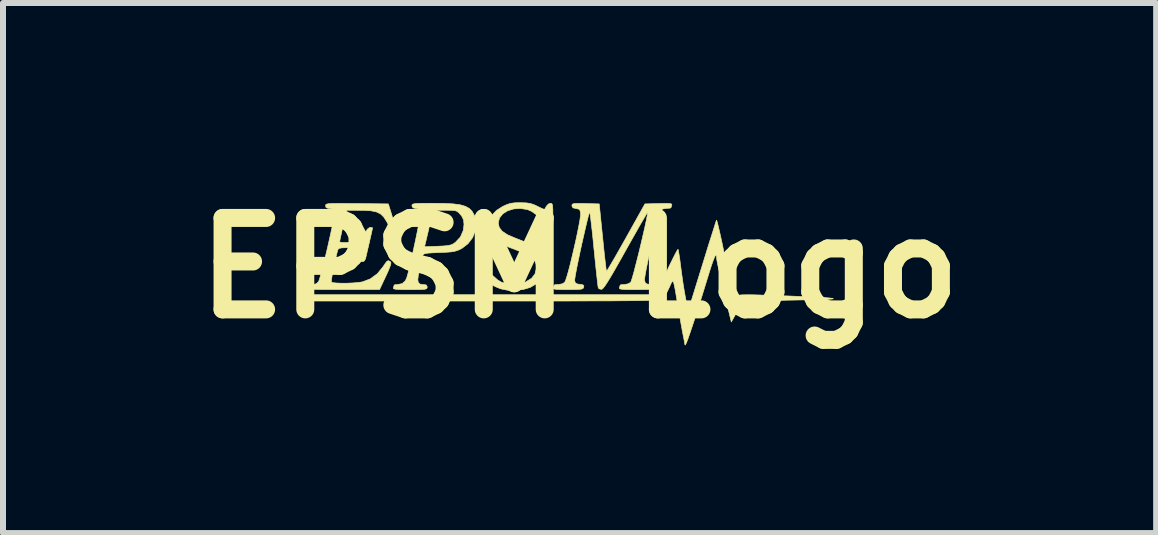
<source format=kicad_pcb>
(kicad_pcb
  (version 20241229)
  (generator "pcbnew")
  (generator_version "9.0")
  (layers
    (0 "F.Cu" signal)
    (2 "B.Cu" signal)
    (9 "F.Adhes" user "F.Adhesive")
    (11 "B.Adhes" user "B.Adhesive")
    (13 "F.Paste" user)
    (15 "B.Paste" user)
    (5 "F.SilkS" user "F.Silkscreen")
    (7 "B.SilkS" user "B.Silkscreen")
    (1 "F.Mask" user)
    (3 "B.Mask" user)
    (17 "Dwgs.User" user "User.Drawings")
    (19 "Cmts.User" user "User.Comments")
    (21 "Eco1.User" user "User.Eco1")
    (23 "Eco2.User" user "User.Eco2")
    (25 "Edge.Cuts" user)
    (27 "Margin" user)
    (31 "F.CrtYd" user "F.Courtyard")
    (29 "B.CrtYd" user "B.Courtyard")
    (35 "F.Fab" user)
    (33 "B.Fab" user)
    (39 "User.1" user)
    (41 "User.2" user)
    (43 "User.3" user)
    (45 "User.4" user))
  (footprint "EPSM Logo"
    (layer "F.Cu")
    (at 6.611 1.418)
    (property "Reference" "EPSM Logo" (at 0 0 0) (layer "F.SilkS") (effects (font (size 1.524 1.524) (thickness 0.3))))
    (attr through_hole)
    (fp_poly (pts (xy -2.247 -1.077) (xy -2.102 -1.069) (xy -1.989 -1.054) (xy -1.903 -1.029) (xy -1.839 -0.994) (xy -1.792 -0.947) (xy -1.757 -0.886) (xy -1.745 -0.858) (xy -1.722 -0.741) (xy -1.736 -0.621) (xy -1.783 -0.506) (xy -1.86 -0.405) (xy -1.962 -0.327) (xy -1.977 -0.319) (xy -2.027 -0.296) (xy -2.078 -0.28) (xy -2.14 -0.269) (xy -2.223 -0.263) (xy -2.338 -0.258) (xy -2.341 -0.258) (xy -2.453 -0.253) (xy -2.529 -0.248) (xy -2.577 -0.24) (xy -2.602 -0.229) (xy -2.612 -0.214) (xy -2.621 -0.179) (xy -2.636 -0.114) (xy -2.655 -0.03) (xy -2.666 0.018) (xy -2.688 0.125) (xy -2.696 0.198) (xy -2.687 0.244) (xy -2.66 0.267) (xy -2.615 0.275) (xy -2.601 0.275) (xy -2.556 0.282) (xy -2.54 0.309) (xy -2.54 0.318) (xy -2.542 0.334) (xy -2.553 0.346) (xy -2.58 0.354) (xy -2.629 0.358) (xy -2.706 0.359) (xy -2.819 0.36) (xy -2.828 0.36) (xy -2.944 0.359) (xy -3.023 0.357) (xy -3.073 0.353) (xy -3.098 0.346) (xy -3.105 0.335) (xy -3.103 0.326) (xy -3.092 0.293) (xy -3.09 0.284) (xy -3.072 0.277) (xy -3.036 0.275) (xy -2.956 0.26) (xy -2.903 0.211) (xy -2.881 0.164) (xy -2.863 0.101) (xy -2.84 0.01) (xy -2.814 -0.103) (xy -2.785 -0.23) (xy -2.758 -0.355) (xy -2.584 -0.355) (xy -2.364 -0.363) (xy -2.262 -0.368) (xy -2.192 -0.375) (xy -2.143 -0.386) (xy -2.105 -0.403) (xy -2.07 -0.428) (xy -1.986 -0.517) (xy -1.938 -0.628) (xy -1.926 -0.728) (xy -1.934 -0.803) (xy -1.962 -0.862) (xy -1.988 -0.894) (xy -2.018 -0.926) (xy -2.046 -0.947) (xy -2.082 -0.958) (xy -2.137 -0.962) (xy -2.221 -0.963) (xy -2.246 -0.963) (xy -2.443 -0.963) (xy -2.498 -0.72) (xy -2.521 -0.617) (xy -2.543 -0.525) (xy -2.56 -0.453) (xy -2.569 -0.416) (xy -2.584 -0.355) (xy -2.758 -0.355) (xy -2.756 -0.364) (xy -2.727 -0.499) (xy -2.701 -0.626) (xy -2.679 -0.739) (xy -2.662 -0.831) (xy -2.652 -0.895) (xy -2.65 -0.921) (xy -2.661 -0.966) (xy -2.69 -0.985) (xy -2.725 -0.991) (xy -2.775 -1.003) (xy -2.793 -1.029) (xy -2.794 -1.039) (xy -2.792 -1.053) (xy -2.782 -1.064) (xy -2.757 -1.071) (xy -2.713 -1.076) (xy -2.643 -1.078) (xy -2.541 -1.079) (xy -2.429 -1.079) (xy -2.247 -1.077)) (stroke (width 0.01) (type solid)) (fill yes) (layer "F.SilkS"))
    (fp_poly (pts (xy -0.888 -1.086) (xy -0.816 -1.075) (xy -0.752 -1.053) (xy -0.702 -1.029) (xy -0.641 -0.999) (xy -0.598 -0.981) (xy -0.583 -0.978) (xy -0.57 -0.999) (xy -0.552 -1.032) (xy -0.518 -1.068) (xy -0.486 -1.079) (xy -0.468 -1.077) (xy -0.455 -1.063) (xy -0.449 -1.031) (xy -0.445 -0.972) (xy -0.445 -0.881) (xy -0.445 -0.857) (xy -0.445 -0.758) (xy -0.447 -0.694) (xy -0.453 -0.657) (xy -0.464 -0.64) (xy -0.481 -0.635) (xy -0.493 -0.635) (xy -0.532 -0.647) (xy -0.564 -0.688) (xy -0.579 -0.719) (xy -0.632 -0.802) (xy -0.71 -0.881) (xy -0.798 -0.944) (xy -0.866 -0.974) (xy -0.985 -0.993) (xy -1.099 -0.985) (xy -1.199 -0.954) (xy -1.28 -0.903) (xy -1.334 -0.835) (xy -1.355 -0.753) (xy -1.355 -0.751) (xy -1.339 -0.677) (xy -1.289 -0.613) (xy -1.202 -0.555) (xy -1.098 -0.51) (xy -0.927 -0.442) (xy -0.792 -0.381) (xy -0.691 -0.323) (xy -0.618 -0.265) (xy -0.571 -0.204) (xy -0.543 -0.138) (xy -0.538 -0.116) (xy -0.54 -0.015) (xy -0.576 0.089) (xy -0.642 0.187) (xy -0.732 0.27) (xy -0.822 0.323) (xy -0.935 0.357) (xy -1.067 0.373) (xy -1.2 0.37) (xy -1.315 0.347) (xy -1.323 0.344) (xy -1.4 0.312) (xy -1.471 0.275) (xy -1.496 0.259) (xy -1.563 0.211) (xy -1.609 0.286) (xy -1.645 0.332) (xy -1.679 0.358) (xy -1.688 0.36) (xy -1.705 0.354) (xy -1.713 0.33) (xy -1.712 0.28) (xy -1.707 0.217) (xy -1.7 0.119) (xy -1.695 0.015) (xy -1.693 -0.048) (xy -1.692 -0.116) (xy -1.685 -0.153) (xy -1.669 -0.167) (xy -1.645 -0.169) (xy -1.612 -0.162) (xy -1.59 -0.131) (xy -1.571 -0.074) (xy -1.527 0.024) (xy -1.455 0.119) (xy -1.365 0.198) (xy -1.302 0.236) (xy -1.186 0.268) (xy -1.058 0.272) (xy -0.936 0.248) (xy -0.896 0.231) (xy -0.8 0.171) (xy -0.743 0.099) (xy -0.72 0.011) (xy -0.72 -0.009) (xy -0.725 -0.066) (xy -0.743 -0.114) (xy -0.779 -0.158) (xy -0.837 -0.2) (xy -0.922 -0.245) (xy -1.038 -0.294) (xy -1.185 -0.35) (xy -1.314 -0.408) (xy -1.409 -0.474) (xy -1.422 -0.486) (xy -1.491 -0.58) (xy -1.521 -0.679) (xy -1.513 -0.778) (xy -1.467 -0.874) (xy -1.385 -0.96) (xy -1.281 -1.027) (xy -1.207 -1.06) (xy -1.144 -1.079) (xy -1.073 -1.088) (xy -0.984 -1.089) (xy -0.888 -1.086)) (stroke (width 0.01) (type solid)) (fill yes) (layer "F.SilkS"))
    (fp_poly (pts (xy -3.93 -1.077) (xy -3.785 -1.075) (xy -3.71 -1.075) (xy -3.187 -1.069) (xy -3.131 -0.889) (xy -3.104 -0.794) (xy -3.093 -0.732) (xy -3.098 -0.696) (xy -3.121 -0.68) (xy -3.143 -0.678) (xy -3.164 -0.695) (xy -3.195 -0.738) (xy -3.215 -0.773) (xy -3.262 -0.848) (xy -3.316 -0.901) (xy -3.385 -0.935) (xy -3.477 -0.954) (xy -3.599 -0.962) (xy -3.65 -0.962) (xy -3.882 -0.963) (xy -3.94 -0.709) (xy -3.963 -0.61) (xy -3.981 -0.527) (xy -3.994 -0.467) (xy -3.999 -0.44) (xy -4 -0.439) (xy -3.981 -0.429) (xy -3.934 -0.425) (xy -3.868 -0.426) (xy -3.797 -0.432) (xy -3.733 -0.443) (xy -3.704 -0.451) (xy -3.649 -0.48) (xy -3.606 -0.53) (xy -3.58 -0.577) (xy -3.537 -0.648) (xy -3.497 -0.677) (xy -3.49 -0.677) (xy -3.457 -0.673) (xy -3.45 -0.669) (xy -3.455 -0.646) (xy -3.467 -0.59) (xy -3.485 -0.511) (xy -3.503 -0.431) (xy -3.526 -0.333) (xy -3.546 -0.246) (xy -3.561 -0.182) (xy -3.567 -0.153) (xy -3.593 -0.114) (xy -3.62 -0.106) (xy -3.648 -0.113) (xy -3.66 -0.143) (xy -3.662 -0.189) (xy -3.672 -0.258) (xy -3.706 -0.304) (xy -3.769 -0.329) (xy -3.867 -0.338) (xy -3.887 -0.339) (xy -3.963 -0.336) (xy -4.006 -0.328) (xy -4.026 -0.311) (xy -4.03 -0.302) (xy -4.048 -0.233) (xy -4.069 -0.146) (xy -4.09 -0.051) (xy -4.109 0.044) (xy -4.125 0.129) (xy -4.135 0.194) (xy -4.138 0.23) (xy -4.137 0.234) (xy -4.111 0.244) (xy -4.052 0.25) (xy -3.971 0.253) (xy -3.878 0.253) (xy -3.783 0.249) (xy -3.695 0.242) (xy -3.625 0.232) (xy -3.622 0.231) (xy -3.49 0.182) (xy -3.371 0.095) (xy -3.276 -0.021) (xy -3.235 -0.082) (xy -3.208 -0.114) (xy -3.188 -0.123) (xy -3.166 -0.114) (xy -3.155 -0.107) (xy -3.145 -0.093) (xy -3.146 -0.065) (xy -3.162 -0.017) (xy -3.193 0.058) (xy -3.229 0.136) (xy -3.334 0.359) (xy -3.945 0.359) (xy -4.122 0.359) (xy -4.262 0.359) (xy -4.367 0.357) (xy -4.444 0.355) (xy -4.496 0.351) (xy -4.526 0.346) (xy -4.541 0.339) (xy -4.543 0.33) (xy -4.543 0.326) (xy -4.531 0.293) (xy -4.53 0.284) (xy -4.511 0.278) (xy -4.465 0.275) (xy -4.456 0.275) (xy -4.392 0.264) (xy -4.351 0.227) (xy -4.338 0.194) (xy -4.318 0.126) (xy -4.292 0.031) (xy -4.263 -0.085) (xy -4.231 -0.214) (xy -4.199 -0.35) (xy -4.168 -0.486) (xy -4.14 -0.615) (xy -4.116 -0.729) (xy -4.098 -0.822) (xy -4.087 -0.887) (xy -4.085 -0.91) (xy -4.099 -0.963) (xy -4.143 -0.99) (xy -4.193 -0.995) (xy -4.227 -1.011) (xy -4.233 -1.038) (xy -4.232 -1.051) (xy -4.225 -1.061) (xy -4.207 -1.068) (xy -4.174 -1.073) (xy -4.12 -1.076) (xy -4.04 -1.077) (xy -3.93 -1.077)) (stroke (width 0.01) (type solid)) (fill yes) (layer "F.SilkS"))
    (fp_poly (pts (xy 2.29 -0.784) (xy 2.304 -0.733) (xy 2.323 -0.653) (xy 2.347 -0.549) (xy 2.374 -0.426) (xy 2.402 -0.291) (xy 2.432 -0.149) (xy 2.461 -0.006) (xy 2.489 0.132) (xy 2.513 0.259) (xy 2.534 0.369) (xy 2.549 0.458) (xy 2.552 0.476) (xy 2.565 0.561) (xy 2.596 0.503) (xy 2.603 0.487) (xy 2.611 0.474) (xy 2.623 0.463) (xy 2.642 0.456) (xy 2.672 0.45) (xy 2.718 0.447) (xy 2.782 0.446) (xy 2.869 0.446) (xy 2.982 0.449) (xy 3.125 0.454) (xy 3.302 0.46) (xy 3.517 0.467) (xy 3.577 0.47) (xy 3.786 0.478) (xy 3.955 0.485) (xy 4.085 0.493) (xy 4.174 0.5) (xy 4.223 0.506) (xy 4.231 0.512) (xy 4.198 0.518) (xy 4.124 0.522) (xy 4.008 0.526) (xy 3.85 0.529) (xy 3.81 0.53) (xy 3.651 0.533) (xy 3.474 0.536) (xy 3.296 0.541) (xy 3.135 0.546) (xy 3.07 0.548) (xy 2.721 0.561) (xy 2.625 0.73) (xy 2.53 0.899) (xy 2.409 0.402) (xy 2.375 0.26) (xy 2.344 0.129) (xy 2.319 0.015) (xy 2.3 -0.074) (xy 2.289 -0.133) (xy 2.287 -0.152) (xy 2.283 -0.199) (xy 2.273 -0.213) (xy 2.256 -0.193) (xy 2.232 -0.136) (xy 2.199 -0.043) (xy 2.157 0.09) (xy 2.14 0.145) (xy 2.068 0.379) (xy 2.002 0.592) (xy 1.942 0.781) (xy 1.888 0.944) (xy 1.843 1.078) (xy 1.807 1.181) (xy 1.78 1.251) (xy 1.763 1.284) (xy 1.757 1.28) (xy 1.757 1.28) (xy 1.753 1.255) (xy 1.743 1.2) (xy 1.728 1.126) (xy 1.726 1.116) (xy 1.711 1.038) (xy 1.692 0.932) (xy 1.67 0.808) (xy 1.648 0.68) (xy 1.642 0.644) (xy 1.616 0.49) (xy 1.597 0.375) (xy 1.581 0.294) (xy 1.569 0.244) (xy 1.558 0.222) (xy 1.546 0.224) (xy 1.531 0.247) (xy 1.513 0.287) (xy 1.49 0.337) (xy 1.453 0.413) (xy 1.418 0.477) (xy 1.392 0.516) (xy 1.389 0.519) (xy 1.381 0.523) (xy 1.364 0.527) (xy 1.336 0.531) (xy 1.296 0.534) (xy 1.241 0.537) (xy 1.169 0.539) (xy 1.079 0.542) (xy 0.967 0.543) (xy 0.834 0.545) (xy 0.675 0.546) (xy 0.49 0.548) (xy 0.276 0.548) (xy 0.031 0.549) (xy -0.247 0.55) (xy -0.559 0.55) (xy -0.908 0.55) (xy -1.296 0.55) (xy -1.628 0.55) (xy -4.614 0.55) (xy -4.614 0.445) (xy 1.285 0.445) (xy 1.362 0.276) (xy 1.397 0.2) (xy 1.423 0.139) (xy 1.438 0.104) (xy 1.439 0.099) (xy 1.448 0.073) (xy 1.47 0.021) (xy 1.502 -0.048) (xy 1.539 -0.123) (xy 1.576 -0.197) (xy 1.608 -0.259) (xy 1.632 -0.301) (xy 1.642 -0.313) (xy 1.648 -0.289) (xy 1.658 -0.231) (xy 1.671 -0.149) (xy 1.683 -0.053) (xy 1.705 0.113) (xy 1.727 0.265) (xy 1.749 0.401) (xy 1.77 0.514) (xy 1.789 0.602) (xy 1.805 0.66) (xy 1.817 0.682) (xy 1.823 0.676) (xy 1.833 0.644) (xy 1.854 0.577) (xy 1.884 0.479) (xy 1.922 0.356) (xy 1.966 0.213) (xy 2.015 0.055) (xy 2.055 -0.074) (xy 2.106 -0.239) (xy 2.153 -0.392) (xy 2.196 -0.527) (xy 2.232 -0.64) (xy 2.259 -0.726) (xy 2.277 -0.781) (xy 2.284 -0.798) (xy 2.29 -0.784)) (stroke (width 0.01) (type solid)) (fill yes) (layer "F.SilkS"))
    (fp_poly (pts (xy 0.062 -1.076) (xy 0.1 -1.075) (xy 0.328 -1.069) (xy 0.385 -0.511) (xy 0.4 -0.362) (xy 0.414 -0.228) (xy 0.427 -0.114) (xy 0.438 -0.025) (xy 0.445 0.033) (xy 0.449 0.054) (xy 0.461 0.039) (xy 0.491 -0.01) (xy 0.536 -0.086) (xy 0.595 -0.187) (xy 0.663 -0.307) (xy 0.739 -0.441) (xy 0.774 -0.503) (xy 1.09 -1.069) (xy 1.32 -1.075) (xy 1.421 -1.077) (xy 1.487 -1.076) (xy 1.524 -1.072) (xy 1.538 -1.062) (xy 1.538 -1.048) (xy 1.537 -1.047) (xy 1.526 -1.013) (xy 1.524 -1.004) (xy 1.505 -0.998) (xy 1.46 -0.995) (xy 1.45 -0.995) (xy 1.386 -0.984) (xy 1.346 -0.947) (xy 1.331 -0.911) (xy 1.31 -0.841) (xy 1.284 -0.744) (xy 1.255 -0.626) (xy 1.223 -0.494) (xy 1.191 -0.357) (xy 1.161 -0.22) (xy 1.134 -0.091) (xy 1.111 0.023) (xy 1.094 0.115) (xy 1.085 0.179) (xy 1.084 0.201) (xy 1.095 0.246) (xy 1.124 0.266) (xy 1.159 0.271) (xy 1.209 0.283) (xy 1.227 0.31) (xy 1.228 0.319) (xy 1.225 0.335) (xy 1.213 0.347) (xy 1.185 0.354) (xy 1.134 0.358) (xy 1.055 0.359) (xy 0.94 0.36) (xy 0.824 0.359) (xy 0.744 0.357) (xy 0.695 0.353) (xy 0.67 0.346) (xy 0.663 0.335) (xy 0.664 0.326) (xy 0.676 0.293) (xy 0.677 0.284) (xy 0.696 0.278) (xy 0.741 0.275) (xy 0.748 0.275) (xy 0.811 0.263) (xy 0.853 0.238) (xy 0.864 0.211) (xy 0.883 0.15) (xy 0.908 0.061) (xy 0.936 -0.048) (xy 0.968 -0.173) (xy 1.001 -0.305) (xy 1.033 -0.44) (xy 1.063 -0.57) (xy 1.09 -0.688) (xy 1.112 -0.79) (xy 1.127 -0.867) (xy 1.135 -0.915) (xy 1.134 -0.926) (xy 1.122 -0.91) (xy 1.093 -0.861) (xy 1.047 -0.783) (xy 0.988 -0.681) (xy 0.919 -0.558) (xy 0.84 -0.419) (xy 0.769 -0.292) (xy 0.668 -0.112) (xy 0.585 0.034) (xy 0.518 0.149) (xy 0.465 0.235) (xy 0.425 0.296) (xy 0.395 0.334) (xy 0.374 0.353) (xy 0.366 0.356) (xy 0.324 0.346) (xy 0.311 0.324) (xy 0.306 0.294) (xy 0.298 0.227) (xy 0.287 0.129) (xy 0.274 0.007) (xy 0.259 -0.135) (xy 0.244 -0.29) (xy 0.24 -0.323) (xy 0.225 -0.478) (xy 0.21 -0.619) (xy 0.196 -0.739) (xy 0.185 -0.835) (xy 0.176 -0.9) (xy 0.17 -0.93) (xy 0.169 -0.931) (xy 0.161 -0.912) (xy 0.145 -0.857) (xy 0.124 -0.774) (xy 0.099 -0.668) (xy 0.071 -0.547) (xy 0.041 -0.416) (xy 0.012 -0.283) (xy -0.015 -0.154) (xy -0.04 -0.034) (xy -0.06 0.069) (xy -0.074 0.149) (xy -0.081 0.2) (xy -0.081 0.212) (xy -0.069 0.249) (xy -0.035 0.266) (xy 0.003 0.271) (xy 0.054 0.279) (xy 0.072 0.296) (xy 0.069 0.319) (xy 0.062 0.336) (xy 0.044 0.348) (xy 0.01 0.355) (xy -0.048 0.358) (xy -0.138 0.36) (xy -0.195 0.36) (xy -0.303 0.359) (xy -0.374 0.357) (xy -0.416 0.352) (xy -0.435 0.343) (xy -0.437 0.33) (xy -0.436 0.326) (xy -0.425 0.293) (xy -0.423 0.284) (xy -0.405 0.278) (xy -0.359 0.275) (xy -0.353 0.275) (xy -0.287 0.263) (xy -0.247 0.237) (xy -0.232 0.205) (xy -0.21 0.138) (xy -0.183 0.043) (xy -0.153 -0.072) (xy -0.122 -0.201) (xy -0.09 -0.338) (xy -0.059 -0.474) (xy -0.032 -0.603) (xy -0.009 -0.719) (xy 0.008 -0.814) (xy 0.016 -0.881) (xy 0.017 -0.907) (xy 0.009 -0.959) (xy -0.013 -0.982) (xy -0.058 -0.991) (xy -0.108 -1.003) (xy -0.126 -1.029) (xy -0.127 -1.039) (xy -0.124 -1.058) (xy -0.112 -1.069) (xy -0.081 -1.075) (xy -0.026 -1.077) (xy 0.062 -1.076)) (stroke (width 0.01) (type solid)) (fill yes) (layer "F.SilkS")))
  (gr_rect
    (start -3 -3)
    (end 16.223 5.836)
    (stroke (width 0.1) (type default))
    (fill no)
    (layer "Edge.Cuts")))
</source>
